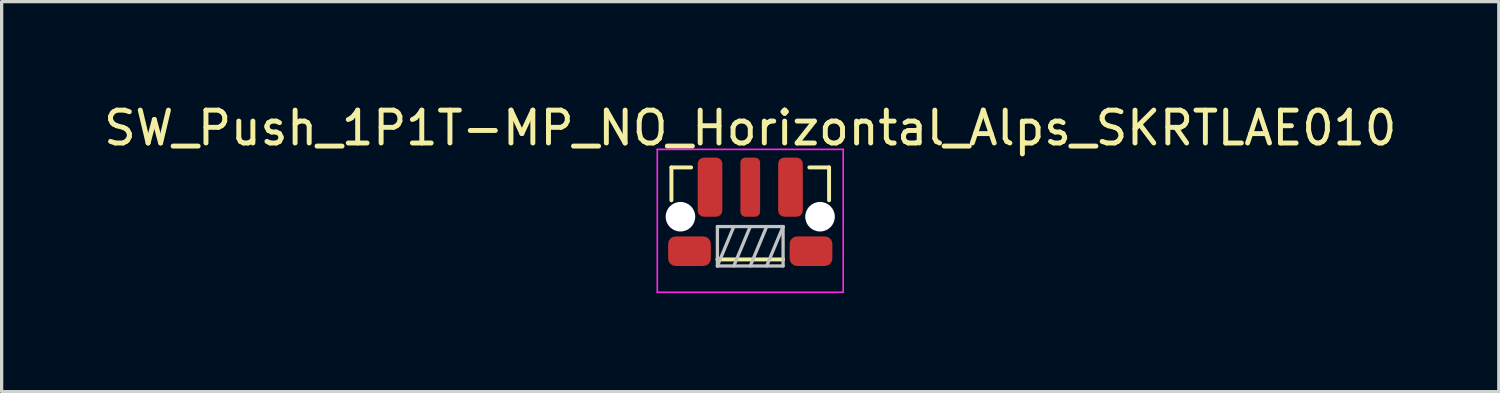
<source format=kicad_pcb>
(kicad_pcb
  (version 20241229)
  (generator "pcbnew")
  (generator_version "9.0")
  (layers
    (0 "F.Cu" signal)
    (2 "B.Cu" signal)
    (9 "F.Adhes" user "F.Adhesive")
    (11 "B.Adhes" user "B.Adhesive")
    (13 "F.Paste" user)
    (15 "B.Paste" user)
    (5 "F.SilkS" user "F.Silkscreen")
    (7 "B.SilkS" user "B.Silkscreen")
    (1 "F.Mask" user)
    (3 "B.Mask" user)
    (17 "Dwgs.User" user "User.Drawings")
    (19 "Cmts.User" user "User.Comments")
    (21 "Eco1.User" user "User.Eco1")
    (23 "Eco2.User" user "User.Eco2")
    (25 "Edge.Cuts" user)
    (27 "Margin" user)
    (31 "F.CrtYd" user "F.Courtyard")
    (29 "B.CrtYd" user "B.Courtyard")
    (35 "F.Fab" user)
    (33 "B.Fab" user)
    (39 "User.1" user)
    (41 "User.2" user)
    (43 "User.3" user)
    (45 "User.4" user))
  (footprint "SW_Push_1P1T-MP_NO_Horizontal_Alps_SKRTLAE010"
    (layer "F.Cu")
    (at 19.792 3.548)
    (property "Reference" "SW_Push_1P1T-MP_NO_Horizontal_Alps_SKRTLAE010" (at 0 -2.7 0) (layer "F.SilkS") (effects (font (size 1 1) (thickness 0.15))))
    (attr smd)
    (fp_line (start -2.4 -1.5) (end -2.4 -0.5) (stroke (width 0.12) (type solid)) (layer "F.SilkS"))
    (fp_line (start -1.8 -1.5) (end -2.4 -1.5) (stroke (width 0.12) (type solid)) (layer "F.SilkS"))
    (fp_line (start -1 1.3) (end 1 1.3) (stroke (width 0.12) (type solid)) (layer "F.SilkS"))
    (fp_line (start 1.8 -1.5) (end 2.4 -1.5) (stroke (width 0.12) (type solid)) (layer "F.SilkS"))
    (fp_line (start 2.4 -1.5) (end 2.4 -0.5) (stroke (width 0.12) (type solid)) (layer "F.SilkS"))
    (fp_line (start -1 0.3) (end -1 1.5) (stroke (width 0.1) (type solid)) (layer "Dwgs.User"))
    (fp_line (start -1 1.5) (end -0.5 0.3) (stroke (width 0.1) (type solid)) (layer "Dwgs.User"))
    (fp_line (start -1 1.5) (end 1 1.5) (stroke (width 0.1) (type solid)) (layer "Dwgs.User"))
    (fp_line (start -0.5 1.5) (end 0 0.3) (stroke (width 0.1) (type solid)) (layer "Dwgs.User"))
    (fp_line (start 0 1.5) (end 0.5 0.3) (stroke (width 0.1) (type solid)) (layer "Dwgs.User"))
    (fp_line (start 0.5 1.5) (end 1 0.3) (stroke (width 0.1) (type solid)) (layer "Dwgs.User"))
    (fp_line (start 1 0.3) (end -1 0.3) (stroke (width 0.1) (type solid)) (layer "Dwgs.User"))
    (fp_line (start 1 1.5) (end 1 0.3) (stroke (width 0.1) (type solid)) (layer "Dwgs.User"))
    (fp_line (start -2.83 -2.05) (end -2.83 2.3) (stroke (width 0.05) (type solid)) (layer "F.CrtYd"))
    (fp_line (start -2.83 -2.05) (end 2.83 -2.05) (stroke (width 0.05) (type solid)) (layer "F.CrtYd"))
    (fp_line (start -2.83 2.3) (end 2.83 2.3) (stroke (width 0.05) (type solid)) (layer "F.CrtYd"))
    (fp_line (start 2.83 -2.05) (end 2.83 2.3) (stroke (width 0.05) (type solid)) (layer "F.CrtYd"))
    (pad "" np_thru_hole circle (at -2.125 0) (size 0.9 0.9) (drill 0.9) (layers "*.Cu" "*.Mask"))
    (pad "" np_thru_hole circle (at 2.125 0) (size 0.9 0.9) (drill 0.9) (layers "*.Cu" "*.Mask"))
    (pad "1" smd roundrect (at -1.225 -0.9) (size 0.75 1.8) (layers "F.Cu" "F.Mask" "F.Paste") (roundrect_rratio 0.25))
    (pad "1" smd roundrect (at 1.225 -0.9) (size 0.75 1.8) (layers "F.Cu" "F.Mask" "F.Paste") (roundrect_rratio 0.25))
    (pad "2" smd roundrect (at 0 -0.9) (size 0.6 1.8) (layers "F.Cu" "F.Mask" "F.Paste") (roundrect_rratio 0.25))
    (pad "MP" smd roundrect (at -1.85 1.05) (size 1.3 0.9) (layers "F.Cu" "F.Mask" "F.Paste") (roundrect_rratio 0.25))
    (pad "MP" smd roundrect (at 1.85 1.05) (size 1.3 0.9) (layers "F.Cu" "F.Mask" "F.Paste") (roundrect_rratio 0.25)))
  (gr_rect
    (start -3 -3)
    (end 42.583 8.873)
    (stroke (width 0.1) (type default))
    (fill no)
    (layer "Edge.Cuts")))
</source>
